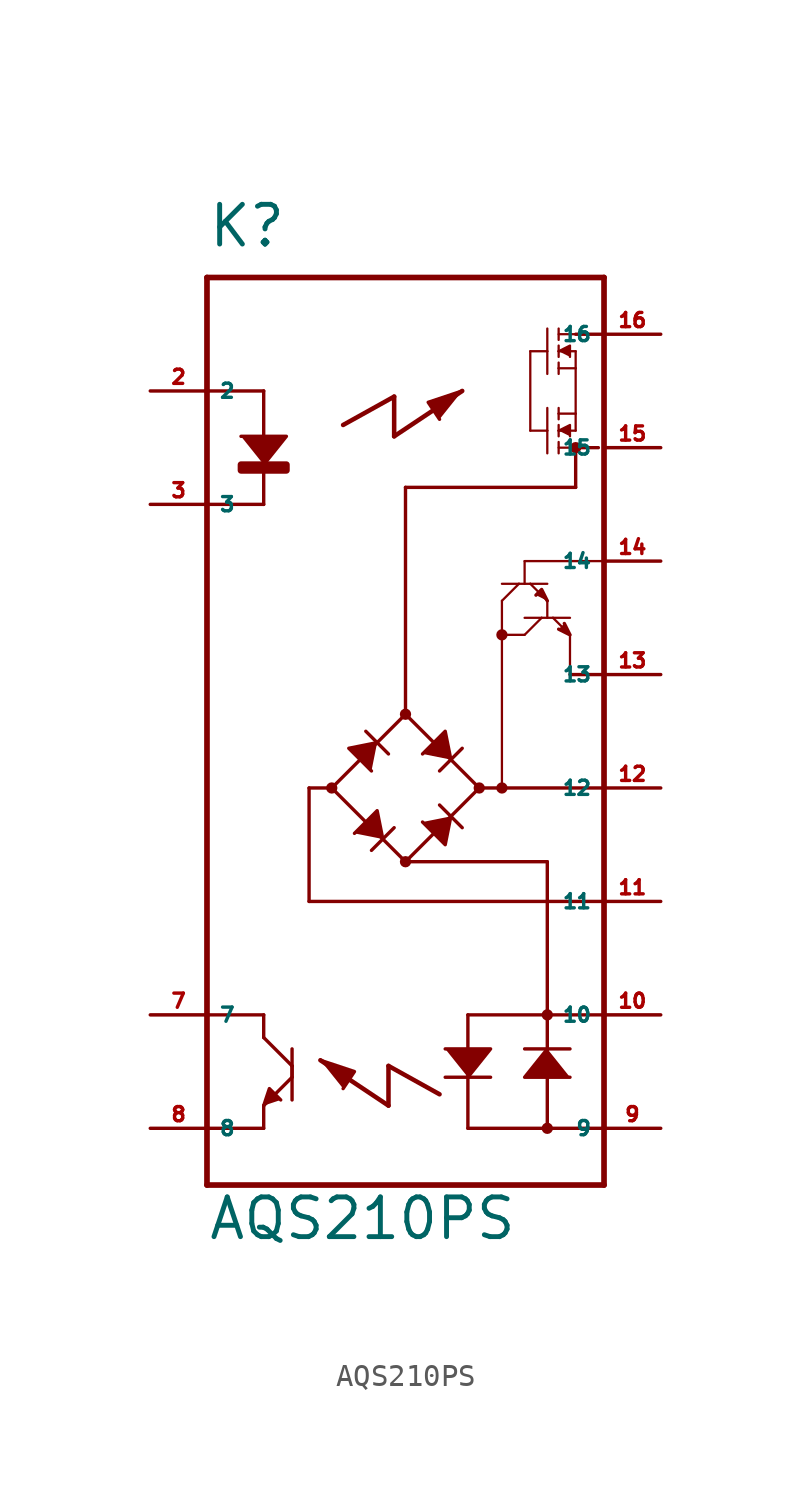
<source format=kicad_sym>
(kicad_symbol_lib
  (version 20220914)
  (generator Eagle2Kicad)
  (symbol "AQS210PS"
    (property "Reference" "K"
      (at -7.62 21.59 0)
      (effects (font (size 1.778 1.778) (thickness 0.22)) (justify left bottom)))
    (property "Value" "AQS210PS"
      (at -7.62 -22.86 0)
      (effects (font (size 1.778 1.778) (thickness 0.22)) (justify left bottom)))
    (polyline
      (pts (xy 7.62 -14.224) (xy 6.604 -15.494) (xy 8.636 -15.494))
      (stroke (width 0.152) (type default))
      (fill (type outline)))
    (polyline
      (pts (xy 4.064 -15.494) (xy 5.08 -14.224) (xy 3.048 -14.224))
      (stroke (width 0.152) (type default))
      (fill (type outline)))
    (polyline
      (pts (xy 0 -0.508) (xy -1.27 -0.762) (xy -0.254 -1.778))
      (stroke (width 0.152) (type default))
      (fill (type outline)))
    (polyline
      (pts (xy 2.032 -1.016) (xy 3.048 0) (xy 3.302 -1.27))
      (stroke (width 0.152) (type default))
      (fill (type outline)))
    (polyline
      (pts (xy 0.254 -4.826) (xy 0 -3.556) (xy -1.016 -4.572))
      (stroke (width 0.152) (type default))
      (fill (type outline)))
    (polyline
      (pts (xy 2.032 -4.064) (xy 3.048 -5.08) (xy 3.302 -3.81))
      (stroke (width 0.152) (type default))
      (fill (type outline)))
    (polyline
      (pts (xy 7.62 5.842) (xy 7.366 6.35) (xy 7.112 6.096))
      (stroke (width 0.152) (type default))
      (fill (type outline)))
    (polyline
      (pts (xy 8.128 4.572) (xy 8.636 4.318) (xy 8.382 4.826))
      (stroke (width 0.152) (type default))
      (fill (type outline)))
    (polyline
      (pts (xy -5.08 -16.764) (xy -4.826 -16.002) (xy -4.318 -16.51))
      (stroke (width 0.152) (type default))
      (fill (type outline)))
    (polyline
      (pts (xy -5.08 11.938) (xy -4.064 13.208) (xy -6.096 13.208))
      (stroke (width 0.152) (type default))
      (fill (type outline)))
    (polyline
      (pts (xy 8.128 17.018) (xy 8.636 17.272) (xy 8.636 16.764))
      (stroke (width 0.102) (type default))
      (fill (type outline)))
    (polyline
      (pts (xy 8.128 13.462) (xy 8.636 13.716) (xy 8.636 13.208))
      (stroke (width 0.102) (type default))
      (fill (type outline)))
    (polyline
      (pts (xy 2.794 13.97) (xy 2.286 14.732) (xy 3.81 15.24))
      (stroke (width 0.152) (type default))
      (fill (type outline)))
    (polyline
      (pts (xy -1.524 -16.002) (xy -1.016 -15.24) (xy -2.54 -14.732))
      (stroke (width 0.152) (type default))
      (fill (type outline)))
    (polyline
      (pts (xy -5.08 15.24) (xy -5.08 10.16))
      (stroke (width 0.152) (type default))
      (fill (type none)))
    (polyline
      (pts (xy 8.89 17.78) (xy 8.128 17.78))
      (stroke (width 0.102) (type default))
      (fill (type none)))
    (polyline
      (pts (xy 8.128 18.034) (xy 8.128 17.526))
      (stroke (width 0.102) (type default))
      (fill (type none)))
    (polyline
      (pts (xy 8.128 17.272) (xy 8.128 17.018))
      (stroke (width 0.102) (type default))
      (fill (type none)))
    (polyline
      (pts (xy 8.128 17.018) (xy 8.128 16.764))
      (stroke (width 0.102) (type default))
      (fill (type none)))
    (polyline
      (pts (xy 8.128 16.51) (xy 8.128 16.256))
      (stroke (width 0.102) (type default))
      (fill (type none)))
    (polyline
      (pts (xy 8.128 16.256) (xy 8.128 16.002))
      (stroke (width 0.102) (type default))
      (fill (type none)))
    (polyline
      (pts (xy 8.128 17.018) (xy 8.89 17.018))
      (stroke (width 0.102) (type default))
      (fill (type none)))
    (polyline
      (pts (xy 8.128 16.256) (xy 8.89 16.256))
      (stroke (width 0.102) (type default))
      (fill (type none)))
    (polyline
      (pts (xy 8.89 16.256) (xy 8.89 17.018))
      (stroke (width 0.102) (type default))
      (fill (type none)))
    (polyline
      (pts (xy 7.62 18.034) (xy 7.62 17.018))
      (stroke (width 0.102) (type default))
      (fill (type none)))
    (polyline
      (pts (xy 7.62 17.018) (xy 7.62 16.002))
      (stroke (width 0.102) (type default))
      (fill (type none)))
    (polyline
      (pts (xy 7.62 17.018) (xy 6.858 17.018))
      (stroke (width 0.102) (type default))
      (fill (type none)))
    (polyline
      (pts (xy 8.89 12.7) (xy 8.128 12.7))
      (stroke (width 0.102) (type default))
      (fill (type none)))
    (polyline
      (pts (xy 8.128 12.446) (xy 8.128 12.954))
      (stroke (width 0.102) (type default))
      (fill (type none)))
    (polyline
      (pts (xy 8.128 13.208) (xy 8.128 13.462))
      (stroke (width 0.102) (type default))
      (fill (type none)))
    (polyline
      (pts (xy 8.128 13.462) (xy 8.128 13.716))
      (stroke (width 0.102) (type default))
      (fill (type none)))
    (polyline
      (pts (xy 8.128 13.97) (xy 8.128 14.224))
      (stroke (width 0.102) (type default))
      (fill (type none)))
    (polyline
      (pts (xy 8.128 14.224) (xy 8.128 14.478))
      (stroke (width 0.102) (type default))
      (fill (type none)))
    (polyline
      (pts (xy 8.128 13.462) (xy 8.89 13.462))
      (stroke (width 0.102) (type default))
      (fill (type none)))
    (polyline
      (pts (xy 8.128 14.224) (xy 8.89 14.224))
      (stroke (width 0.102) (type default))
      (fill (type none)))
    (polyline
      (pts (xy 8.89 14.224) (xy 8.89 13.462))
      (stroke (width 0.102) (type default))
      (fill (type none)))
    (polyline
      (pts (xy 8.89 16.256) (xy 8.89 14.224))
      (stroke (width 0.102) (type default))
      (fill (type none)))
    (polyline
      (pts (xy 7.62 12.446) (xy 7.62 13.462))
      (stroke (width 0.102) (type default))
      (fill (type none)))
    (polyline
      (pts (xy 7.62 13.462) (xy 7.62 14.478))
      (stroke (width 0.102) (type default))
      (fill (type none)))
    (polyline
      (pts (xy 7.62 13.462) (xy 6.858 13.462))
      (stroke (width 0.102) (type default))
      (fill (type none)))
    (polyline
      (pts (xy 6.858 17.018) (xy 6.858 13.462))
      (stroke (width 0.102) (type default))
      (fill (type none)))
    (polyline
      (pts (xy 8.89 17.78) (xy 10.16 17.78))
      (stroke (width 0.152) (type default))
      (fill (type none)))
    (polyline
      (pts (xy 8.89 12.7) (xy 9.906 12.7))
      (stroke (width 0.152) (type default))
      (fill (type none)))
    (polyline
      (pts (xy 10.16 7.62) (xy 6.604 7.62))
      (stroke (width 0.102) (type default))
      (fill (type none)))
    (polyline
      (pts (xy 6.604 7.62) (xy 6.604 6.604))
      (stroke (width 0.102) (type default))
      (fill (type none)))
    (polyline
      (pts (xy 5.588 6.604) (xy 6.35 6.604))
      (stroke (width 0.102) (type default))
      (fill (type none)))
    (polyline
      (pts (xy 6.35 6.604) (xy 6.858 6.604))
      (stroke (width 0.102) (type default))
      (fill (type none)))
    (polyline
      (pts (xy 6.858 6.604) (xy 7.62 6.604))
      (stroke (width 0.102) (type default))
      (fill (type none)))
    (polyline
      (pts (xy 6.35 6.604) (xy 5.588 5.842))
      (stroke (width 0.102) (type default))
      (fill (type none)))
    (polyline
      (pts (xy 6.858 6.604) (xy 7.62 5.842))
      (stroke (width 0.102) (type default))
      (fill (type none)))
    (polyline
      (pts (xy 7.62 5.842) (xy 7.62 5.08))
      (stroke (width 0.102) (type default))
      (fill (type none)))
    (polyline
      (pts (xy 6.604 5.08) (xy 7.366 5.08))
      (stroke (width 0.102) (type default))
      (fill (type none)))
    (polyline
      (pts (xy 7.366 5.08) (xy 7.874 5.08))
      (stroke (width 0.102) (type default))
      (fill (type none)))
    (polyline
      (pts (xy 7.874 5.08) (xy 8.636 5.08))
      (stroke (width 0.102) (type default))
      (fill (type none)))
    (polyline
      (pts (xy 7.366 5.08) (xy 6.604 4.318))
      (stroke (width 0.102) (type default))
      (fill (type none)))
    (polyline
      (pts (xy 7.874 5.08) (xy 8.636 4.318))
      (stroke (width 0.102) (type default))
      (fill (type none)))
    (polyline
      (pts (xy 5.588 5.842) (xy 5.588 4.318))
      (stroke (width 0.102) (type default))
      (fill (type none)))
    (polyline
      (pts (xy 5.588 4.318) (xy 6.604 4.318))
      (stroke (width 0.102) (type default))
      (fill (type none)))
    (polyline
      (pts (xy 8.636 4.318) (xy 8.636 2.54))
      (stroke (width 0.102) (type default))
      (fill (type none)))
    (polyline
      (pts (xy 8.636 2.54) (xy 10.16 2.54))
      (stroke (width 0.152) (type default))
      (fill (type none)))
    (polyline
      (pts (xy 5.588 4.318) (xy 5.588 -2.54))
      (stroke (width 0.102) (type default))
      (fill (type none)))
    (polyline
      (pts (xy 5.588 -2.54) (xy 10.16 -2.54))
      (stroke (width 0.152) (type default))
      (fill (type none)))
    (polyline
      (pts (xy 8.89 12.7) (xy 8.89 10.922))
      (stroke (width 0.152) (type default))
      (fill (type none)))
    (polyline
      (pts (xy 8.89 10.922) (xy 1.27 10.922))
      (stroke (width 0.152) (type default))
      (fill (type none)))
    (polyline
      (pts (xy 5.588 -2.54) (xy 4.572 -2.54))
      (stroke (width 0.152) (type default))
      (fill (type none)))
    (polyline
      (pts (xy 4.572 -2.54) (xy 3.302 -1.27))
      (stroke (width 0.152) (type default))
      (fill (type none)))
    (polyline
      (pts (xy 3.302 -1.27) (xy 1.27 0.762))
      (stroke (width 0.152) (type default))
      (fill (type none)))
    (polyline
      (pts (xy 1.27 0.762) (xy 0 -0.508))
      (stroke (width 0.152) (type default))
      (fill (type none)))
    (polyline
      (pts (xy 0 -0.508) (xy -2.032 -2.54))
      (stroke (width 0.152) (type default))
      (fill (type none)))
    (polyline
      (pts (xy -2.032 -2.54) (xy 0.254 -4.826))
      (stroke (width 0.152) (type default))
      (fill (type none)))
    (polyline
      (pts (xy 0.254 -4.826) (xy 1.27 -5.842))
      (stroke (width 0.152) (type default))
      (fill (type none)))
    (polyline
      (pts (xy 1.27 -5.842) (xy 3.302 -3.81))
      (stroke (width 0.152) (type default))
      (fill (type none)))
    (polyline
      (pts (xy 3.302 -3.81) (xy 4.572 -2.54))
      (stroke (width 0.152) (type default))
      (fill (type none)))
    (polyline
      (pts (xy 3.81 -0.762) (xy 3.302 -1.27))
      (stroke (width 0.152) (type default))
      (fill (type none)))
    (polyline
      (pts (xy 3.302 -1.27) (xy 2.794 -1.778))
      (stroke (width 0.152) (type default))
      (fill (type none)))
    (polyline
      (pts (xy 2.794 -3.302) (xy 3.302 -3.81))
      (stroke (width 0.152) (type default))
      (fill (type none)))
    (polyline
      (pts (xy 3.302 -3.81) (xy 3.81 -4.318))
      (stroke (width 0.152) (type default))
      (fill (type none)))
    (polyline
      (pts (xy -0.254 -5.334) (xy 0.254 -4.826))
      (stroke (width 0.152) (type default))
      (fill (type none)))
    (polyline
      (pts (xy 0.254 -4.826) (xy 0.762 -4.318))
      (stroke (width 0.152) (type default))
      (fill (type none)))
    (polyline
      (pts (xy 0.508 -1.016) (xy 0 -0.508))
      (stroke (width 0.152) (type default))
      (fill (type none)))
    (polyline
      (pts (xy 0 -0.508) (xy -0.508 0))
      (stroke (width 0.152) (type default))
      (fill (type none)))
    (polyline
      (pts (xy 1.27 10.922) (xy 1.27 0.762))
      (stroke (width 0.152) (type default))
      (fill (type none)))
    (polyline
      (pts (xy -2.032 -2.54) (xy -3.048 -2.54))
      (stroke (width 0.152) (type default))
      (fill (type none)))
    (polyline
      (pts (xy -3.048 -2.54) (xy -3.048 -7.62))
      (stroke (width 0.152) (type default))
      (fill (type none)))
    (polyline
      (pts (xy -3.048 -7.62) (xy 10.16 -7.62))
      (stroke (width 0.152) (type default))
      (fill (type none)))
    (polyline
      (pts (xy 1.27 -5.842) (xy 7.62 -5.842))
      (stroke (width 0.152) (type default))
      (fill (type none)))
    (polyline
      (pts (xy 7.62 -5.842) (xy 7.62 -12.7))
      (stroke (width 0.152) (type default))
      (fill (type none)))
    (polyline
      (pts (xy 7.62 -12.7) (xy 7.62 -14.224))
      (stroke (width 0.152) (type default))
      (fill (type none)))
    (polyline
      (pts (xy 7.62 -14.224) (xy 7.62 -17.78))
      (stroke (width 0.152) (type default))
      (fill (type none)))
    (polyline
      (pts (xy 7.62 -12.7) (xy 4.064 -12.7))
      (stroke (width 0.152) (type default))
      (fill (type none)))
    (polyline
      (pts (xy 6.604 -14.224) (xy 7.62 -14.224))
      (stroke (width 0.152) (type default))
      (fill (type none)))
    (polyline
      (pts (xy 7.62 -14.224) (xy 8.636 -14.224))
      (stroke (width 0.152) (type default))
      (fill (type none)))
    (polyline
      (pts (xy 4.064 -17.78) (xy 4.064 -15.494))
      (stroke (width 0.152) (type default))
      (fill (type none)))
    (polyline
      (pts (xy 4.064 -15.494) (xy 4.064 -12.7))
      (stroke (width 0.152) (type default))
      (fill (type none)))
    (polyline
      (pts (xy 5.08 -15.494) (xy 4.064 -15.494))
      (stroke (width 0.152) (type default))
      (fill (type none)))
    (polyline
      (pts (xy 4.064 -15.494) (xy 3.048 -15.494))
      (stroke (width 0.152) (type default))
      (fill (type none)))
    (polyline
      (pts (xy 4.064 -17.78) (xy 7.62 -17.78))
      (stroke (width 0.152) (type default))
      (fill (type none)))
    (polyline
      (pts (xy -5.08 -12.7) (xy -5.08 -13.716))
      (stroke (width 0.152) (type default))
      (fill (type none)))
    (polyline
      (pts (xy -5.08 -13.716) (xy -3.81 -14.986))
      (stroke (width 0.152) (type default))
      (fill (type none)))
    (polyline
      (pts (xy -3.81 -14.986) (xy -3.81 -15.494))
      (stroke (width 0.152) (type default))
      (fill (type none)))
    (polyline
      (pts (xy -3.81 -15.494) (xy -5.08 -16.764))
      (stroke (width 0.152) (type default))
      (fill (type none)))
    (polyline
      (pts (xy -5.08 -16.764) (xy -5.08 -17.78))
      (stroke (width 0.152) (type default))
      (fill (type none)))
    (polyline
      (pts (xy -3.81 -14.224) (xy -3.81 -14.986))
      (stroke (width 0.152) (type default))
      (fill (type none)))
    (polyline
      (pts (xy -3.81 -14.986) (xy -3.81 -16.51))
      (stroke (width 0.152) (type default))
      (fill (type none)))
    (polyline
      (pts (xy -7.62 20.32) (xy -7.62 15.24))
      (stroke (width 0.254) (type default))
      (fill (type none)))
    (polyline
      (pts (xy -7.62 15.24) (xy -7.62 10.16))
      (stroke (width 0.254) (type default))
      (fill (type none)))
    (polyline
      (pts (xy -7.62 10.16) (xy -7.62 -12.7))
      (stroke (width 0.254) (type default))
      (fill (type none)))
    (polyline
      (pts (xy -7.62 -12.7) (xy -7.62 -17.78))
      (stroke (width 0.254) (type default))
      (fill (type none)))
    (polyline
      (pts (xy -7.62 -17.78) (xy -7.62 -20.32))
      (stroke (width 0.254) (type default))
      (fill (type none)))
    (polyline
      (pts (xy -7.62 -20.32) (xy 10.16 -20.32))
      (stroke (width 0.254) (type default))
      (fill (type none)))
    (polyline
      (pts (xy 10.16 -20.32) (xy 10.16 -17.78))
      (stroke (width 0.254) (type default))
      (fill (type none)))
    (polyline
      (pts (xy 10.16 -17.78) (xy 10.16 -12.7))
      (stroke (width 0.254) (type default))
      (fill (type none)))
    (polyline
      (pts (xy 10.16 -12.7) (xy 10.16 20.32))
      (stroke (width 0.254) (type default))
      (fill (type none)))
    (polyline
      (pts (xy 10.16 20.32) (xy -7.62 20.32))
      (stroke (width 0.254) (type default))
      (fill (type none)))
    (polyline
      (pts (xy -5.08 15.24) (xy -7.62 15.24))
      (stroke (width 0.152) (type default))
      (fill (type none)))
    (polyline
      (pts (xy -5.08 10.16) (xy -7.62 10.16))
      (stroke (width 0.152) (type default))
      (fill (type none)))
    (polyline
      (pts (xy -5.08 -12.7) (xy -7.62 -12.7))
      (stroke (width 0.152) (type default))
      (fill (type none)))
    (polyline
      (pts (xy -5.08 -17.78) (xy -7.62 -17.78))
      (stroke (width 0.152) (type default))
      (fill (type none)))
    (polyline
      (pts (xy 10.16 -17.78) (xy 7.62 -17.78))
      (stroke (width 0.152) (type default))
      (fill (type none)))
    (polyline
      (pts (xy 10.16 -12.7) (xy 7.62 -12.7))
      (stroke (width 0.152) (type default))
      (fill (type none)))
    (polyline
      (pts (xy -1.524 13.716) (xy 0.762 14.986))
      (stroke (width 0.203) (type default))
      (fill (type none)))
    (polyline
      (pts (xy 0.762 14.986) (xy 0.762 13.208))
      (stroke (width 0.203) (type default))
      (fill (type none)))
    (polyline
      (pts (xy 0.762 13.208) (xy 3.81 15.24))
      (stroke (width 0.203) (type default))
      (fill (type none)))
    (polyline
      (pts (xy 2.794 -16.256) (xy 0.508 -14.986))
      (stroke (width 0.203) (type default))
      (fill (type none)))
    (polyline
      (pts (xy 0.508 -14.986) (xy 0.508 -16.764))
      (stroke (width 0.203) (type default))
      (fill (type none)))
    (polyline
      (pts (xy 0.508 -16.764) (xy -2.54 -14.732))
      (stroke (width 0.203) (type default))
      (fill (type none)))
    (circle
      (center 8.89 12.7)
      (radius 0.127)
      (stroke (width 0.254) (type default))
      (fill (type none)))
    (circle
      (center 7.62 -12.7)
      (radius 0.127)
      (stroke (width 0.254) (type default))
      (fill (type none)))
    (circle
      (center 5.588 -2.54)
      (radius 0.127)
      (stroke (width 0.254) (type default))
      (fill (type none)))
    (circle
      (center 4.572 -2.54)
      (radius 0.127)
      (stroke (width 0.254) (type default))
      (fill (type none)))
    (circle
      (center -2.032 -2.54)
      (radius 0.127)
      (stroke (width 0.254) (type default))
      (fill (type none)))
    (circle
      (center 1.27 0.762)
      (radius 0.127)
      (stroke (width 0.254) (type default))
      (fill (type none)))
    (circle
      (center 1.27 -5.842)
      (radius 0.127)
      (stroke (width 0.254) (type default))
      (fill (type none)))
    (circle
      (center 5.588 4.318)
      (radius 0.127)
      (stroke (width 0.254) (type default))
      (fill (type none)))
    (circle
      (center 7.62 -17.78)
      (radius 0.127)
      (stroke (width 0.254) (type default))
      (fill (type none)))
    (rectangle
      (start -6.096 11.684)
      (end -4.064 11.938)
      (stroke (width 0.3) (type default))
      (fill (type outline)))
    (pin passive line
      (at -10.16 15.24 0)
      (length 2.54)
      (name "2" (effects (font (size 0.635 0.635) (thickness 0.08)) (justify left bottom)))
      (number "2" (effects (font (size 0.635 0.635) (thickness 0.08)) (justify left bottom))))
    (pin passive line
      (at -10.16 10.16 0)
      (length 2.54)
      (name "3" (effects (font (size 0.635 0.635) (thickness 0.08)) (justify left bottom)))
      (number "3" (effects (font (size 0.635 0.635) (thickness 0.08)) (justify left bottom))))
    (pin passive line
      (at -10.16 -12.7 0)
      (length 2.54)
      (name "7" (effects (font (size 0.635 0.635) (thickness 0.08)) (justify left bottom)))
      (number "7" (effects (font (size 0.635 0.635) (thickness 0.08)) (justify left bottom))))
    (pin passive line
      (at -10.16 -17.78 0)
      (length 2.54)
      (name "8" (effects (font (size 0.635 0.635) (thickness 0.08)) (justify left bottom)))
      (number "8" (effects (font (size 0.635 0.635) (thickness 0.08)) (justify left bottom))))
    (pin passive line
      (at 12.7 -17.78 180)
      (length 2.54)
      (name "9" (effects (font (size 0.635 0.635) (thickness 0.08)) (justify left bottom)))
      (number "9" (effects (font (size 0.635 0.635) (thickness 0.08)) (justify left bottom))))
    (pin passive line
      (at 12.7 -12.7 180)
      (length 2.54)
      (name "10" (effects (font (size 0.635 0.635) (thickness 0.08)) (justify left bottom)))
      (number "10" (effects (font (size 0.635 0.635) (thickness 0.08)) (justify left bottom))))
    (pin passive line
      (at 12.7 -7.62 180)
      (length 2.54)
      (name "11" (effects (font (size 0.635 0.635) (thickness 0.08)) (justify left bottom)))
      (number "11" (effects (font (size 0.635 0.635) (thickness 0.08)) (justify left bottom))))
    (pin passive line
      (at 12.7 -2.54 180)
      (length 2.54)
      (name "12" (effects (font (size 0.635 0.635) (thickness 0.08)) (justify left bottom)))
      (number "12" (effects (font (size 0.635 0.635) (thickness 0.08)) (justify left bottom))))
    (pin passive line
      (at 12.7 2.54 180)
      (length 2.54)
      (name "13" (effects (font (size 0.635 0.635) (thickness 0.08)) (justify left bottom)))
      (number "13" (effects (font (size 0.635 0.635) (thickness 0.08)) (justify left bottom))))
    (pin passive line
      (at 12.7 7.62 180)
      (length 2.54)
      (name "14" (effects (font (size 0.635 0.635) (thickness 0.08)) (justify left bottom)))
      (number "14" (effects (font (size 0.635 0.635) (thickness 0.08)) (justify left bottom))))
    (pin passive line
      (at 12.7 12.7 180)
      (length 2.54)
      (name "15" (effects (font (size 0.635 0.635) (thickness 0.08)) (justify left bottom)))
      (number "15" (effects (font (size 0.635 0.635) (thickness 0.08)) (justify left bottom))))
    (pin passive line
      (at 12.7 17.78 180)
      (length 2.54)
      (name "16" (effects (font (size 0.635 0.635) (thickness 0.08)) (justify left bottom)))
      (number "16" (effects (font (size 0.635 0.635) (thickness 0.08)) (justify left bottom))))))
</source>
